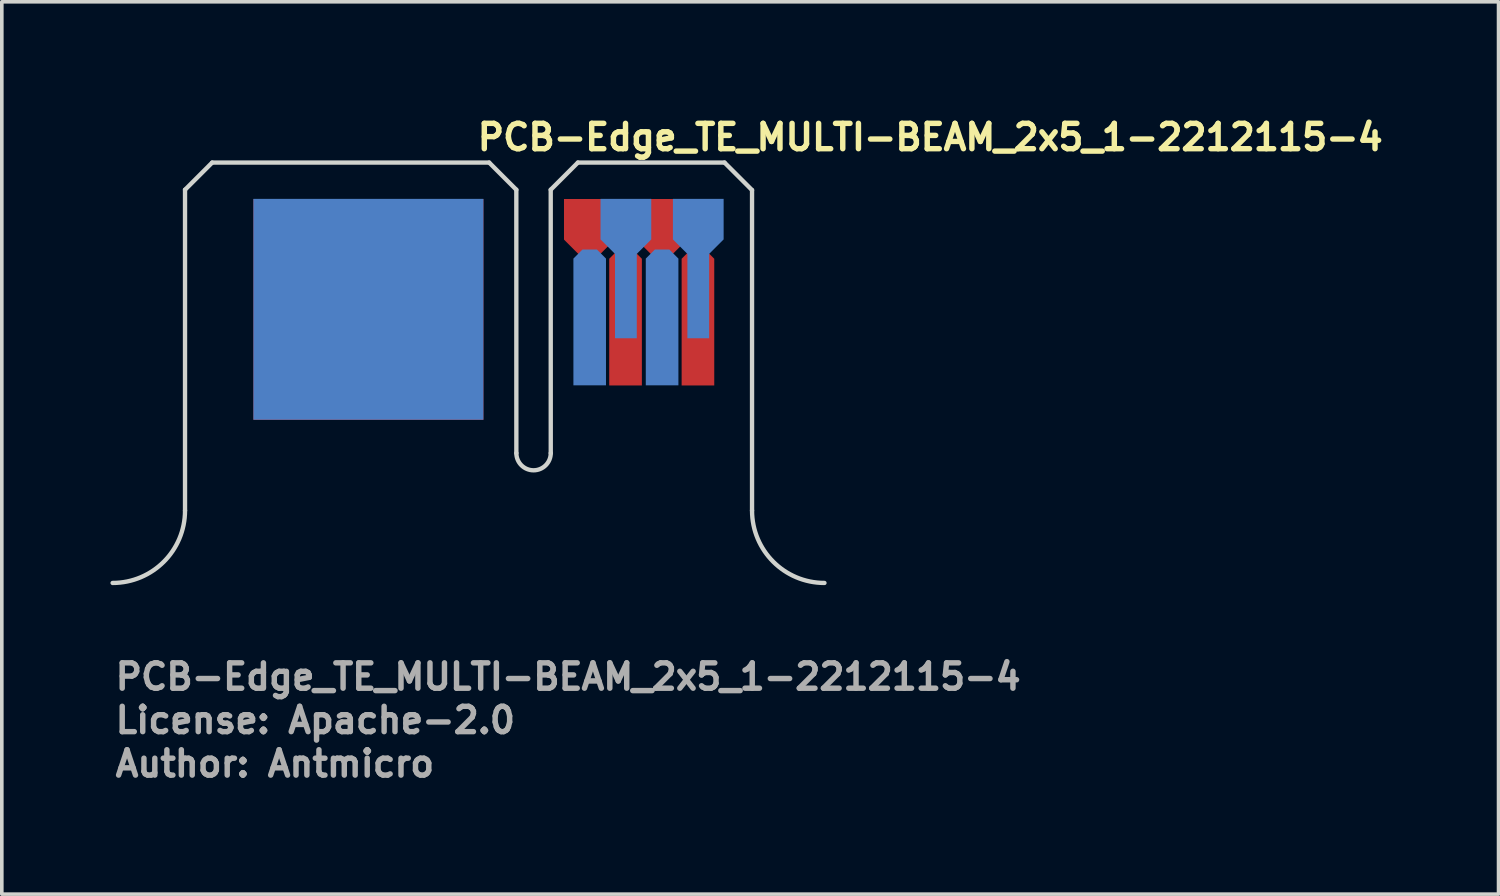
<source format=kicad_pcb>
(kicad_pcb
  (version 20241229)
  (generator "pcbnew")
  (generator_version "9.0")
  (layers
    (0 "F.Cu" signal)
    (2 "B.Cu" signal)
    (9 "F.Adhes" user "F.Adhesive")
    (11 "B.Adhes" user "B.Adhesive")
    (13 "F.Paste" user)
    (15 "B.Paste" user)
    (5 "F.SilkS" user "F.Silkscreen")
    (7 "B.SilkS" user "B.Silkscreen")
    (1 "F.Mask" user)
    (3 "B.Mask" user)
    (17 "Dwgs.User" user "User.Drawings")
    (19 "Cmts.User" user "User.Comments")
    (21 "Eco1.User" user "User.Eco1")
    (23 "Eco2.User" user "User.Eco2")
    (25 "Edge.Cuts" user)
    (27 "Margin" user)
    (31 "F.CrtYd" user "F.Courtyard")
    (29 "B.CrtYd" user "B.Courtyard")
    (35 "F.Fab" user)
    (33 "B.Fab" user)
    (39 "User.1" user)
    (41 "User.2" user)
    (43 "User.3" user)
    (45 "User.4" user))
  (footprint "PCB-Edge_TE_MULTI-BEAM_2x5_1-2212115-4"
    (layer "F.Cu")
    (at 10.06 13.05)
    (property "Reference" "PCB-Edge_TE_MULTI-BEAM_2x5_1-2212115-4" (at 0 -11.9 0) (unlocked yes) (layer "F.SilkS") (effects (font (size 0.7 0.7) (thickness 0.15)) (justify left bottom)))
    (attr exclude_from_pos_files exclude_from_bom)
    (fp_line (start -8 -10.86) (end -7.25 -11.61) (stroke (width 0.12) (type solid)) (layer "Edge.Cuts"))
    (fp_line (start -8 -2) (end -8 -10.86) (stroke (width 0.12) (type solid)) (layer "Edge.Cuts"))
    (fp_line (start -7.25 -11.61) (end 0.4 -11.61) (stroke (width 0.12) (type solid)) (layer "Edge.Cuts"))
    (fp_line (start 0.4 -11.61) (end 1.15 -10.86) (stroke (width 0.12) (type solid)) (layer "Edge.Cuts"))
    (fp_line (start 1.15 -10.86) (end 1.151 -3.586) (stroke (width 0.12) (type solid)) (layer "Edge.Cuts"))
    (fp_line (start 2.1 -10.86) (end 2.85 -11.61) (stroke (width 0.12) (type solid)) (layer "Edge.Cuts"))
    (fp_line (start 2.101 -3.586) (end 2.1 -10.86) (stroke (width 0.12) (type solid)) (layer "Edge.Cuts"))
    (fp_line (start 2.85 -11.61) (end 6.9 -11.61) (stroke (width 0.12) (type solid)) (layer "Edge.Cuts"))
    (fp_line (start 6.9 -11.61) (end 7.66 -10.85) (stroke (width 0.12) (type solid)) (layer "Edge.Cuts"))
    (fp_line (start 7.66 -10.85) (end 7.66 -2) (stroke (width 0.12) (type solid)) (layer "Edge.Cuts"))
    (fp_arc (start -8 -2) (mid -8.585786 -0.585786) (end -10 0) (stroke (width 0.12) (type solid)) (layer "Edge.Cuts"))
    (fp_arc (start 2.101 -3.586) (mid 1.626 -3.111) (end 1.151 -3.586) (stroke (width 0.12) (type solid)) (layer "Edge.Cuts"))
    (fp_arc (start 9.66 0) (mid 8.245786 -0.585786) (end 7.66 -2) (stroke (width 0.12) (type solid)) (layer "Edge.Cuts"))
    (fp_text user "License: Apache-2.0" (at -10 4.2 0) (layer "F.Fab") (effects (font (size 0.7 0.7) (thickness 0.15)) (justify left bottom)))
    (fp_text user "Author: Antmicro" (at -10 5.4 0) (layer "F.Fab") (effects (font (size 0.7 0.7) (thickness 0.15)) (justify left bottom)))
    (fp_text user "${REFERENCE}" (at -10 3 0) (unlocked yes) (layer "F.Fab") (effects (font (size 0.7 0.7) (thickness 0.15)) (justify left bottom)))
    (pad "1" smd custom (at -1.901 -7.497) (size 2.286 1.524) (layers "B.Cu" "B.Mask") (options (anchor rect)) (primitives (gr_rect (start -4.21 -3.111) (end 2.141 2.988) (width 0.001) (fill yes))))
    (pad "2" smd custom (at -1.901 -7.497) (size 2.286 1.524) (layers "F.Cu" "F.Mask") (options (anchor rect)) (primitives (gr_rect (start -4.209 -3.106) (end 2.141 2.993) (width 0.001) (fill yes))))
    (pad "3" smd custom (at 3.179 -7.497) (size 0.572 0.762) (layers "B.Cu" "B.Mask") (options (anchor rect)) (primitives (gr_poly (pts (xy 0.447 -1.461) (xy 0.447 2.038) (xy -0.452 2.038) (xy -0.452 -1.461) (xy -0.202 -1.711) (xy 0.197 -1.711)) (width 0.001) (fill yes)) (gr_line (start -0.202 -1.711) (end -0.452 -1.461) (width 0.001)) (gr_line (start 0.197 -1.711) (end 0.447 -1.461) (width 0.001)) (gr_line (start 0.447 -1.461) (end 0.447 2.038) (width 0.001)) (gr_line (start -0.202 -1.711) (end 0.197 -1.711) (width 0.001)) (gr_line (start -0.452 2.038) (end 0.447 2.038) (width 0.001)) (gr_line (start -0.452 -1.461) (end -0.452 2.038) (width 0.001))))
    (pad "4" smd custom (at 4.376 -10.037) (size 1 0.301) (layers "B.Cu" "B.Mask") (options (anchor rect)) (primitives (gr_line (start 0.5 -0.571) (end 0.5 0.549) (width 0.001)) (gr_line (start 0.1 0.949) (end 0.5 0.549) (width 0.001)) (gr_line (start -0.9 -0.571) (end 0.5 -0.571) (width 0.001)) (gr_line (start -0.9 -0.571) (end -0.9 0.549) (width 0.001)) (gr_line (start -0.9 0.549) (end -0.5 0.949) (width 0.001)) (gr_line (start 0.1 0.949) (end 0.1 3.278) (width 0.001)) (gr_line (start -0.5 3.278) (end 0.1 3.278) (width 0.001)) (gr_line (start -0.5 3.278) (end -0.5 0.949) (width 0.001)) (gr_poly (pts (xy 0.5 0.549) (xy 0.1 0.949) (xy 0.1 3.278) (xy -0.5 3.278) (xy -0.5 0.949) (xy -0.9 0.549) (xy -0.9 -0.571) (xy 0.5 -0.571)) (width 0.001) (fill yes))))
    (pad "5" smd custom (at 5.194 -7.081) (size 0.618 0.963) (layers "B.Cu" "B.Mask") (options (anchor rect)) (primitives (gr_poly (pts (xy 0.432 -1.877) (xy 0.432 1.622) (xy -0.468 1.622) (xy -0.468 -1.877) (xy -0.218 -2.127) (xy 0.182 -2.127)) (width 0.001) (fill yes)) (gr_line (start 0.432 -1.877) (end 0.432 1.622) (width 0.001)) (gr_line (start 0.182 -2.127) (end 0.432 -1.877) (width 0.001)) (gr_line (start -0.468 -1.877) (end -0.468 1.622) (width 0.001)) (gr_line (start -0.218 -2.127) (end 0.182 -2.127) (width 0.001)) (gr_line (start -0.218 -2.127) (end -0.468 -1.877) (width 0.001)) (gr_line (start -0.468 1.622) (end 0.432 1.622) (width 0.001))))
    (pad "6" smd custom (at 6.173 -9.84) (size 0.605 0.925) (layers "B.Cu" "B.Mask") (options (anchor rect)) (primitives (gr_poly (pts (xy 0.702 0.352) (xy 0.302 0.752) (xy 0.302 3.081) (xy -0.298 3.081) (xy -0.298 0.752) (xy -0.698 0.352) (xy -0.698 -0.768) (xy 0.702 -0.768)) (width 0.001) (fill yes)) (gr_line (start -0.698 -0.768) (end -0.698 0.352) (width 0.001)) (gr_line (start -0.298 3.081) (end 0.302 3.081) (width 0.001)) (gr_line (start -0.698 -0.768) (end 0.702 -0.768) (width 0.001)) (gr_line (start -0.698 0.352) (end -0.298 0.752) (width 0.001)) (gr_line (start 0.302 0.752) (end 0.702 0.352) (width 0.001)) (gr_line (start 0.302 0.752) (end 0.302 3.081) (width 0.001)) (gr_line (start -0.298 3.081) (end -0.298 0.752) (width 0.001)) (gr_line (start 0.702 -0.768) (end 0.702 0.352) (width 0.001))))
    (pad "7" smd custom (at 3.167 -10.037) (size 0.491 0.943) (layers "F.Cu" "F.Mask") (options (anchor rect)) (primitives (gr_poly (pts (xy 0.699 0.554) (xy 0.299 0.954) (xy 0.299 3.283) (xy -0.3 3.283) (xy -0.3 0.954) (xy -0.7 0.554) (xy -0.7 -0.566) (xy 0.699 -0.566)) (width 0.001) (fill yes)) (gr_line (start -0.299 0.954) (end -0.7 0.554) (width 0.001)) (gr_line (start 0.299 3.283) (end 0.299 0.954) (width 0.001)) (gr_line (start -0.299 0.954) (end -0.299 3.283) (width 0.001)) (gr_line (start 0.7 -0.566) (end -0.7 -0.566) (width 0.001)) (gr_line (start 0.7 -0.566) (end 0.7 0.554) (width 0.001)) (gr_line (start 0.299 3.283) (end -0.299 3.283) (width 0.001)) (gr_line (start -0.7 -0.566) (end -0.7 0.554) (width 0.001)) (gr_line (start 0.7 0.554) (end 0.299 0.954) (width 0.001))))
    (pad "8" smd custom (at 4.138 -6.801) (size 0.63 1.154) (layers "F.Cu" "F.Mask") (options (anchor rect)) (primitives (gr_poly (pts (xy 0.479 -2.152) (xy 0.479 1.347) (xy -0.422 1.347) (xy -0.422 -2.152) (xy -0.172 -2.403) (xy 0.229 -2.403)) (width 0.001) (fill yes)) (gr_line (start 0.479 1.347) (end -0.422 1.347) (width 0.001)) (gr_line (start -0.172 -2.403) (end -0.422 -2.152) (width 0.001)) (gr_line (start -0.422 -2.152) (end -0.422 1.347) (width 0.001)) (gr_line (start 0.229 -2.403) (end -0.172 -2.403) (width 0.001)) (gr_line (start 0.479 -2.152) (end 0.479 1.347) (width 0.001)) (gr_line (start 0.229 -2.403) (end 0.479 -2.152) (width 0.001))))
    (pad "9" smd custom (at 5.167 -10.037) (size 0.732 1.103) (layers "F.Cu" "F.Mask") (options (anchor rect)) (primitives (gr_poly (pts (xy 0.701 0.554) (xy 0.299 0.954) (xy 0.299 3.283) (xy -0.299 3.283) (xy -0.299 0.954) (xy -0.701 0.554) (xy -0.701 -0.566) (xy 0.701 -0.566)) (width 0.001) (fill yes)) (gr_line (start 0.701 -0.566) (end 0.701 0.554) (width 0.001)) (gr_line (start -0.701 -0.566) (end -0.701 0.554) (width 0.001)) (gr_line (start 0.701 -0.566) (end -0.701 -0.566) (width 0.001)) (gr_line (start -0.299 0.954) (end -0.299 3.283) (width 0.001)) (gr_line (start 0.701 0.554) (end 0.299 0.954) (width 0.001)) (gr_line (start -0.299 0.954) (end -0.701 0.554) (width 0.001)) (gr_line (start 0.299 3.283) (end 0.299 0.954) (width 0.001)) (gr_line (start 0.299 3.283) (end -0.299 3.283) (width 0.001))))
    (pad "10" smd custom (at 6.198 -7.043) (size 0.63 1.154) (layers "F.Cu" "F.Mask") (options (anchor rect)) (primitives (gr_poly (pts (xy 0.418 -1.91) (xy 0.418 1.589) (xy -0.482 1.589) (xy -0.482 -1.91) (xy -0.232 -2.161) (xy 0.168 -2.161)) (width 0.001) (fill yes)) (gr_line (start -0.482 -1.91) (end -0.482 1.589) (width 0.001)) (gr_line (start -0.232 -2.161) (end -0.482 -1.91) (width 0.001)) (gr_line (start 0.168 -2.161) (end -0.232 -2.161) (width 0.001)) (gr_line (start 0.168 -2.161) (end 0.418 -1.91) (width 0.001)) (gr_line (start 0.418 1.589) (end -0.482 1.589) (width 0.001)) (gr_line (start 0.418 -1.91) (end 0.418 1.589) (width 0.001))))
    (zone (net_name "") (layers "F.Cu" "B.Cu" "F.Adhes" "B.Adhes" "F.Paste" "B.Paste" "Edge.Cuts") (hatch edge 0.508) (connect_pads) (min_thickness 0.254) (filled_areas_thickness no) (keepout (tracks allowed) (vias allowed) (pads allowed) (copperpour allowed) (footprints not_allowed)) (placement (enabled no)) (fill) (polygon (pts (xy 11.211 2.191) (xy 11.211 9.464) (xy 11.685 9.94) (xy 12.16 9.465) (xy 12.16 2.191) (xy 12.91 1.441) (xy 16.965 1.441) (xy 17.715 2.191) (xy 17.715 10.94) (xy 2.06 10.94) (xy 2.06 2.191) (xy 2.81 1.441) (xy 10.46 1.441)))))
  (gr_rect
    (start -3 -3)
    (end 38.337 21.645)
    (stroke (width 0.1) (type default))
    (fill no)
    (layer "Edge.Cuts")))
</source>
